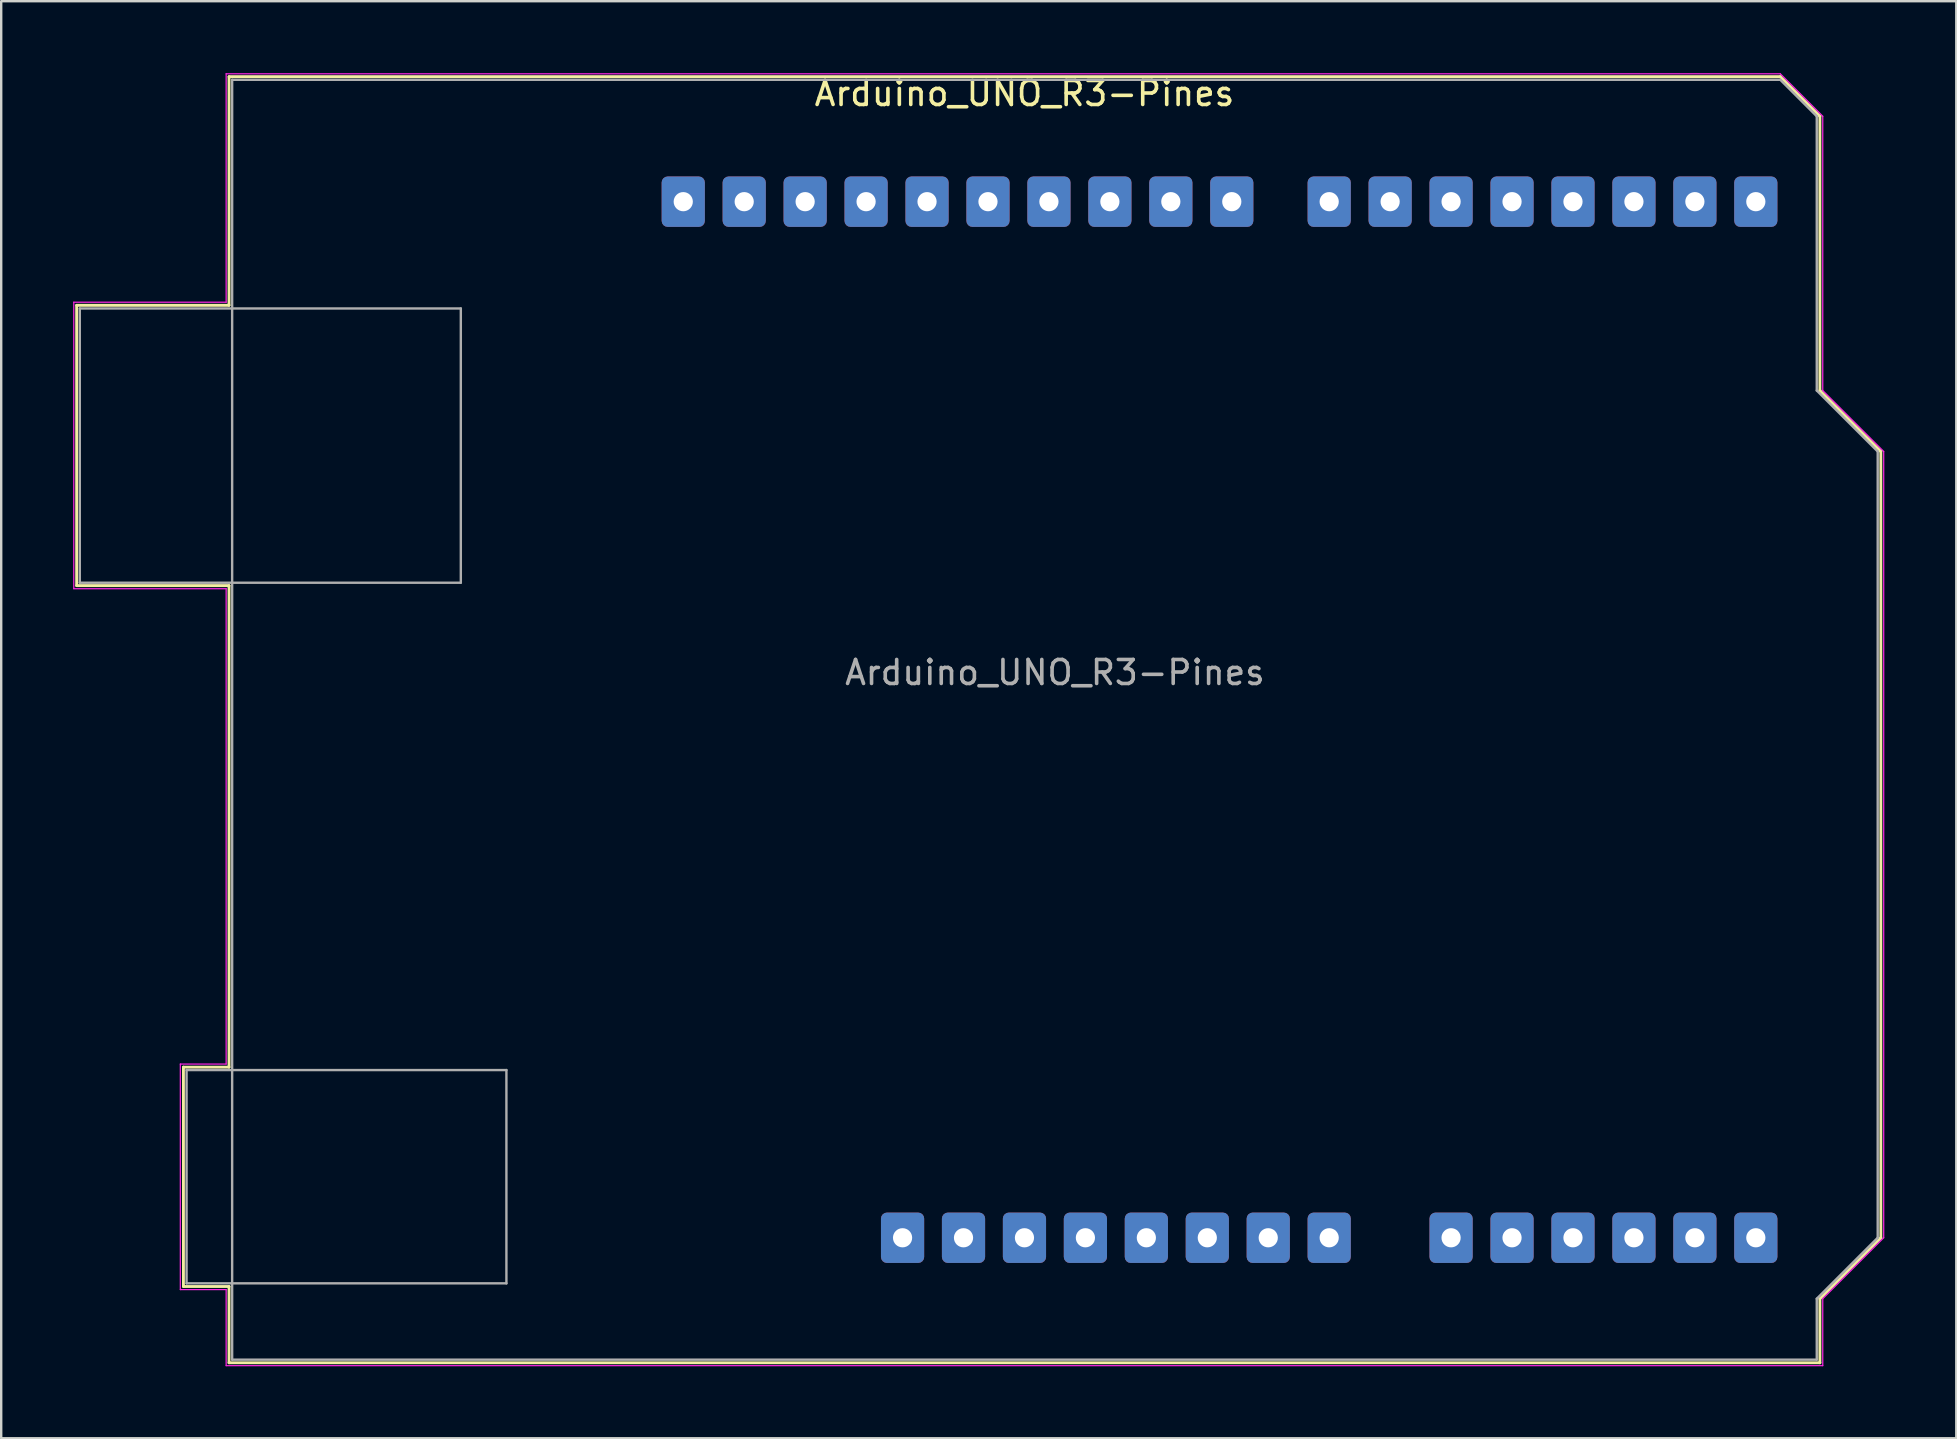
<source format=kicad_pcb>
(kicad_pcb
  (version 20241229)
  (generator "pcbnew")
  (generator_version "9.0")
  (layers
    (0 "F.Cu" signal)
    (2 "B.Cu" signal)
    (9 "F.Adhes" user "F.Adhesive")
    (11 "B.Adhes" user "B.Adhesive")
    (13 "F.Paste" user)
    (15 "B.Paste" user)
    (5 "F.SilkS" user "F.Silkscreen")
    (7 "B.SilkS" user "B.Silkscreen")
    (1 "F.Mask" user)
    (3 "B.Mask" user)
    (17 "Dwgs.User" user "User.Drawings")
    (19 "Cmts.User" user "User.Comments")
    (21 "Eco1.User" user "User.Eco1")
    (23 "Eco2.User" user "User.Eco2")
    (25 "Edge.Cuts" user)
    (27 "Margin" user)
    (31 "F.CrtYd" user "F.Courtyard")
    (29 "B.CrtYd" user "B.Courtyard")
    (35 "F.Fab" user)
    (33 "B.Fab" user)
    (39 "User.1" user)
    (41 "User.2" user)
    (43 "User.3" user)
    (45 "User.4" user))
  (footprint "Arduino_UNO_R3-Pines"
    (layer "F.Cu")
    (at 34.565 2.815)
    (property "Reference" "Arduino_UNO_R3-Pines" (at 5.08 -1.967 180) (layer "F.SilkS") (effects (font (size 1 1) (thickness 0.15))))
    (attr through_hole)
    (fp_line (start -34.42 6.86) (end -28.07 6.86) (stroke (width 0.12) (type solid)) (layer "F.SilkS"))
    (fp_line (start -34.42 18.54) (end -34.42 6.86) (stroke (width 0.12) (type solid)) (layer "F.SilkS"))
    (fp_line (start -29.97 38.61) (end -28.07 38.61) (stroke (width 0.12) (type solid)) (layer "F.SilkS"))
    (fp_line (start -29.97 47.75) (end -29.97 38.61) (stroke (width 0.12) (type solid)) (layer "F.SilkS"))
    (fp_line (start -28.07 -2.67) (end 36.58 -2.67) (stroke (width 0.12) (type solid)) (layer "F.SilkS"))
    (fp_line (start -28.07 6.86) (end -28.07 -2.67) (stroke (width 0.12) (type solid)) (layer "F.SilkS"))
    (fp_line (start -28.07 18.54) (end -34.42 18.54) (stroke (width 0.12) (type solid)) (layer "F.SilkS"))
    (fp_line (start -28.07 38.61) (end -28.07 18.54) (stroke (width 0.12) (type solid)) (layer "F.SilkS"))
    (fp_line (start -28.07 47.75) (end -29.97 47.75) (stroke (width 0.12) (type solid)) (layer "F.SilkS"))
    (fp_line (start -28.07 50.93) (end -28.07 47.75) (stroke (width 0.12) (type solid)) (layer "F.SilkS"))
    (fp_line (start 36.58 -2.67) (end 38.23 -1.02) (stroke (width 0.12) (type solid)) (layer "F.SilkS"))
    (fp_line (start 38.23 -1.02) (end 38.23 10.41) (stroke (width 0.12) (type solid)) (layer "F.SilkS"))
    (fp_line (start 38.23 10.41) (end 40.77 12.95) (stroke (width 0.12) (type solid)) (layer "F.SilkS"))
    (fp_line (start 38.23 48.26) (end 38.23 50.93) (stroke (width 0.12) (type solid)) (layer "F.SilkS"))
    (fp_line (start 38.23 50.93) (end -28.07 50.93) (stroke (width 0.12) (type solid)) (layer "F.SilkS"))
    (fp_line (start 40.77 12.95) (end 40.77 45.72) (stroke (width 0.12) (type solid)) (layer "F.SilkS"))
    (fp_line (start 40.77 45.72) (end 38.23 48.26) (stroke (width 0.12) (type solid)) (layer "F.SilkS"))
    (fp_line (start -34.54 6.73) (end -34.54 18.67) (stroke (width 0.05) (type solid)) (layer "F.CrtYd"))
    (fp_line (start -34.54 18.67) (end -28.19 18.67) (stroke (width 0.05) (type solid)) (layer "F.CrtYd"))
    (fp_line (start -30.1 38.48) (end -30.1 47.88) (stroke (width 0.05) (type solid)) (layer "F.CrtYd"))
    (fp_line (start -30.1 47.88) (end -28.19 47.88) (stroke (width 0.05) (type solid)) (layer "F.CrtYd"))
    (fp_line (start -28.19 -2.79) (end -28.19 6.73) (stroke (width 0.05) (type solid)) (layer "F.CrtYd"))
    (fp_line (start -28.19 6.73) (end -34.54 6.73) (stroke (width 0.05) (type solid)) (layer "F.CrtYd"))
    (fp_line (start -28.19 18.67) (end -28.19 38.48) (stroke (width 0.05) (type solid)) (layer "F.CrtYd"))
    (fp_line (start -28.19 38.48) (end -30.1 38.48) (stroke (width 0.05) (type solid)) (layer "F.CrtYd"))
    (fp_line (start -28.19 47.88) (end -28.19 51.05) (stroke (width 0.05) (type solid)) (layer "F.CrtYd"))
    (fp_line (start -28.19 51.05) (end 38.35 51.05) (stroke (width 0.05) (type solid)) (layer "F.CrtYd"))
    (fp_line (start 36.58 -2.79) (end -28.19 -2.79) (stroke (width 0.05) (type solid)) (layer "F.CrtYd"))
    (fp_line (start 38.35 -1.02) (end 36.58 -2.79) (stroke (width 0.05) (type solid)) (layer "F.CrtYd"))
    (fp_line (start 38.35 10.41) (end 38.35 -1.02) (stroke (width 0.05) (type solid)) (layer "F.CrtYd"))
    (fp_line (start 38.35 48.26) (end 40.89 45.72) (stroke (width 0.05) (type solid)) (layer "F.CrtYd"))
    (fp_line (start 38.35 51.05) (end 38.35 48.26) (stroke (width 0.05) (type solid)) (layer "F.CrtYd"))
    (fp_line (start 40.89 12.95) (end 38.35 10.41) (stroke (width 0.05) (type solid)) (layer "F.CrtYd"))
    (fp_line (start 40.89 45.72) (end 40.89 12.95) (stroke (width 0.05) (type solid)) (layer "F.CrtYd"))
    (fp_line (start -34.29 6.99) (end -34.29 18.42) (stroke (width 0.1) (type solid)) (layer "F.Fab"))
    (fp_line (start -34.29 18.42) (end -18.41 18.42) (stroke (width 0.1) (type solid)) (layer "F.Fab"))
    (fp_line (start -29.84 38.73) (end -29.84 47.62) (stroke (width 0.1) (type solid)) (layer "F.Fab"))
    (fp_line (start -29.84 47.62) (end -16.51 47.62) (stroke (width 0.1) (type solid)) (layer "F.Fab"))
    (fp_line (start -27.94 -2.54) (end -27.94 50.8) (stroke (width 0.1) (type solid)) (layer "F.Fab"))
    (fp_line (start -27.94 50.8) (end 38.1 50.8) (stroke (width 0.1) (type solid)) (layer "F.Fab"))
    (fp_line (start -18.41 6.99) (end -34.29 6.99) (stroke (width 0.1) (type solid)) (layer "F.Fab"))
    (fp_line (start -18.41 18.42) (end -18.41 6.99) (stroke (width 0.1) (type solid)) (layer "F.Fab"))
    (fp_line (start -16.51 38.73) (end -29.84 38.73) (stroke (width 0.1) (type solid)) (layer "F.Fab"))
    (fp_line (start -16.51 47.62) (end -16.51 38.73) (stroke (width 0.1) (type solid)) (layer "F.Fab"))
    (fp_line (start 36.58 -2.54) (end -27.94 -2.54) (stroke (width 0.1) (type solid)) (layer "F.Fab"))
    (fp_line (start 38.1 -1.02) (end 36.58 -2.54) (stroke (width 0.1) (type solid)) (layer "F.Fab"))
    (fp_line (start 38.1 10.41) (end 38.1 -1.02) (stroke (width 0.1) (type solid)) (layer "F.Fab"))
    (fp_line (start 38.1 48.26) (end 40.64 45.72) (stroke (width 0.1) (type solid)) (layer "F.Fab"))
    (fp_line (start 38.1 50.8) (end 38.1 48.26) (stroke (width 0.1) (type solid)) (layer "F.Fab"))
    (fp_line (start 40.64 12.95) (end 38.1 10.41) (stroke (width 0.1) (type solid)) (layer "F.Fab"))
    (fp_line (start 40.64 45.72) (end 40.64 12.95) (stroke (width 0.1) (type solid)) (layer "F.Fab"))
    (fp_text user "${REFERENCE}" (at 6.35 22.163 180) (layer "F.Fab") (effects (font (size 1 1) (thickness 0.15))))
    (pad "1" thru_hole roundrect (at 0 45.72 270) (size 2.1 1.8) (drill 0.8) (layers "*.Cu" "*.Mask") (roundrect_rratio 0.139))
    (pad "2" thru_hole roundrect (at 2.54 45.72 270) (size 2.1 1.8) (drill 0.8) (layers "*.Cu" "*.Mask") (roundrect_rratio 0.139))
    (pad "3" thru_hole roundrect (at 5.08 45.72 270) (size 2.1 1.8) (drill 0.8) (layers "*.Cu" "*.Mask") (roundrect_rratio 0.139))
    (pad "4" thru_hole roundrect (at 7.62 45.72 270) (size 2.1 1.8) (drill 0.8) (layers "*.Cu" "*.Mask") (roundrect_rratio 0.139))
    (pad "5" thru_hole roundrect (at 10.16 45.72 270) (size 2.1 1.8) (drill 0.8) (layers "*.Cu" "*.Mask") (roundrect_rratio 0.139))
    (pad "6" thru_hole roundrect (at 12.7 45.72 270) (size 2.1 1.8) (drill 0.8) (layers "*.Cu" "*.Mask") (roundrect_rratio 0.139))
    (pad "7" thru_hole roundrect (at 15.24 45.72 270) (size 2.1 1.8) (drill 0.8) (layers "*.Cu" "*.Mask") (roundrect_rratio 0.139))
    (pad "8" thru_hole roundrect (at 17.78 45.72 270) (size 2.1 1.8) (drill 0.8) (layers "*.Cu" "*.Mask") (roundrect_rratio 0.139))
    (pad "9" thru_hole roundrect (at 22.86 45.72 270) (size 2.1 1.8) (drill 0.8) (layers "*.Cu" "*.Mask") (roundrect_rratio 0.139))
    (pad "10" thru_hole roundrect (at 25.4 45.72 270) (size 2.1 1.8) (drill 0.8) (layers "*.Cu" "*.Mask") (roundrect_rratio 0.139))
    (pad "11" thru_hole roundrect (at 27.94 45.72 270) (size 2.1 1.8) (drill 0.8) (layers "*.Cu" "*.Mask") (roundrect_rratio 0.139))
    (pad "12" thru_hole roundrect (at 30.48 45.72 270) (size 2.1 1.8) (drill 0.8) (layers "*.Cu" "*.Mask") (roundrect_rratio 0.139))
    (pad "13" thru_hole roundrect (at 33.02 45.72 270) (size 2.1 1.8) (drill 0.8) (layers "*.Cu" "*.Mask") (roundrect_rratio 0.139))
    (pad "14" thru_hole roundrect (at 35.56 45.72 270) (size 2.1 1.8) (drill 0.8) (layers "*.Cu" "*.Mask") (roundrect_rratio 0.139))
    (pad "15" thru_hole roundrect (at 35.56 2.54 270) (size 2.1 1.8) (drill 0.8) (layers "*.Cu" "*.Mask") (roundrect_rratio 0.139))
    (pad "16" thru_hole roundrect (at 33.02 2.54 270) (size 2.1 1.8) (drill 0.8) (layers "*.Cu" "*.Mask") (roundrect_rratio 0.139))
    (pad "17" thru_hole roundrect (at 30.48 2.54 270) (size 2.1 1.8) (drill 0.8) (layers "*.Cu" "*.Mask") (roundrect_rratio 0.139))
    (pad "18" thru_hole roundrect (at 27.94 2.54 270) (size 2.1 1.8) (drill 0.8) (layers "*.Cu" "*.Mask") (roundrect_rratio 0.139))
    (pad "19" thru_hole roundrect (at 25.4 2.54 270) (size 2.1 1.8) (drill 0.8) (layers "*.Cu" "*.Mask") (roundrect_rratio 0.139))
    (pad "20" thru_hole roundrect (at 22.86 2.54 270) (size 2.1 1.8) (drill 0.8) (layers "*.Cu" "*.Mask") (roundrect_rratio 0.139))
    (pad "21" thru_hole roundrect (at 20.32 2.54 270) (size 2.1 1.8) (drill 0.8) (layers "*.Cu" "*.Mask") (roundrect_rratio 0.139))
    (pad "22" thru_hole roundrect (at 17.78 2.54 270) (size 2.1 1.8) (drill 0.8) (layers "*.Cu" "*.Mask") (roundrect_rratio 0.139))
    (pad "23" thru_hole roundrect (at 13.72 2.54 270) (size 2.1 1.8) (drill 0.8) (layers "*.Cu" "*.Mask") (roundrect_rratio 0.139))
    (pad "24" thru_hole roundrect (at 11.18 2.54 270) (size 2.1 1.8) (drill 0.8) (layers "*.Cu" "*.Mask") (roundrect_rratio 0.139))
    (pad "25" thru_hole roundrect (at 8.64 2.54 270) (size 2.1 1.8) (drill 0.8) (layers "*.Cu" "*.Mask") (roundrect_rratio 0.139))
    (pad "26" thru_hole roundrect (at 6.1 2.54 270) (size 2.1 1.8) (drill 0.8) (layers "*.Cu" "*.Mask") (roundrect_rratio 0.139))
    (pad "27" thru_hole roundrect (at 3.56 2.54 270) (size 2.1 1.8) (drill 0.8) (layers "*.Cu" "*.Mask") (roundrect_rratio 0.139))
    (pad "28" thru_hole roundrect (at 1.02 2.54 270) (size 2.1 1.8) (drill 0.8) (layers "*.Cu" "*.Mask") (roundrect_rratio 0.139))
    (pad "29" thru_hole roundrect (at -1.52 2.54 270) (size 2.1 1.8) (drill 0.8) (layers "*.Cu" "*.Mask") (roundrect_rratio 0.139))
    (pad "30" thru_hole roundrect (at -4.06 2.54 270) (size 2.1 1.8) (drill 0.8) (layers "*.Cu" "*.Mask") (roundrect_rratio 0.139))
    (pad "31" thru_hole roundrect (at -6.6 2.54 270) (size 2.1 1.8) (drill 0.8) (layers "*.Cu" "*.Mask") (roundrect_rratio 0.139))
    (pad "32" thru_hole roundrect (at -9.14 2.54 270) (size 2.1 1.8) (drill 0.8) (layers "*.Cu" "*.Mask") (roundrect_rratio 0.139)))
  (gr_rect
    (start -3 -3)
    (end 78.48 56.89)
    (stroke (width 0.1) (type default))
    (fill no)
    (layer "Edge.Cuts")))
</source>
